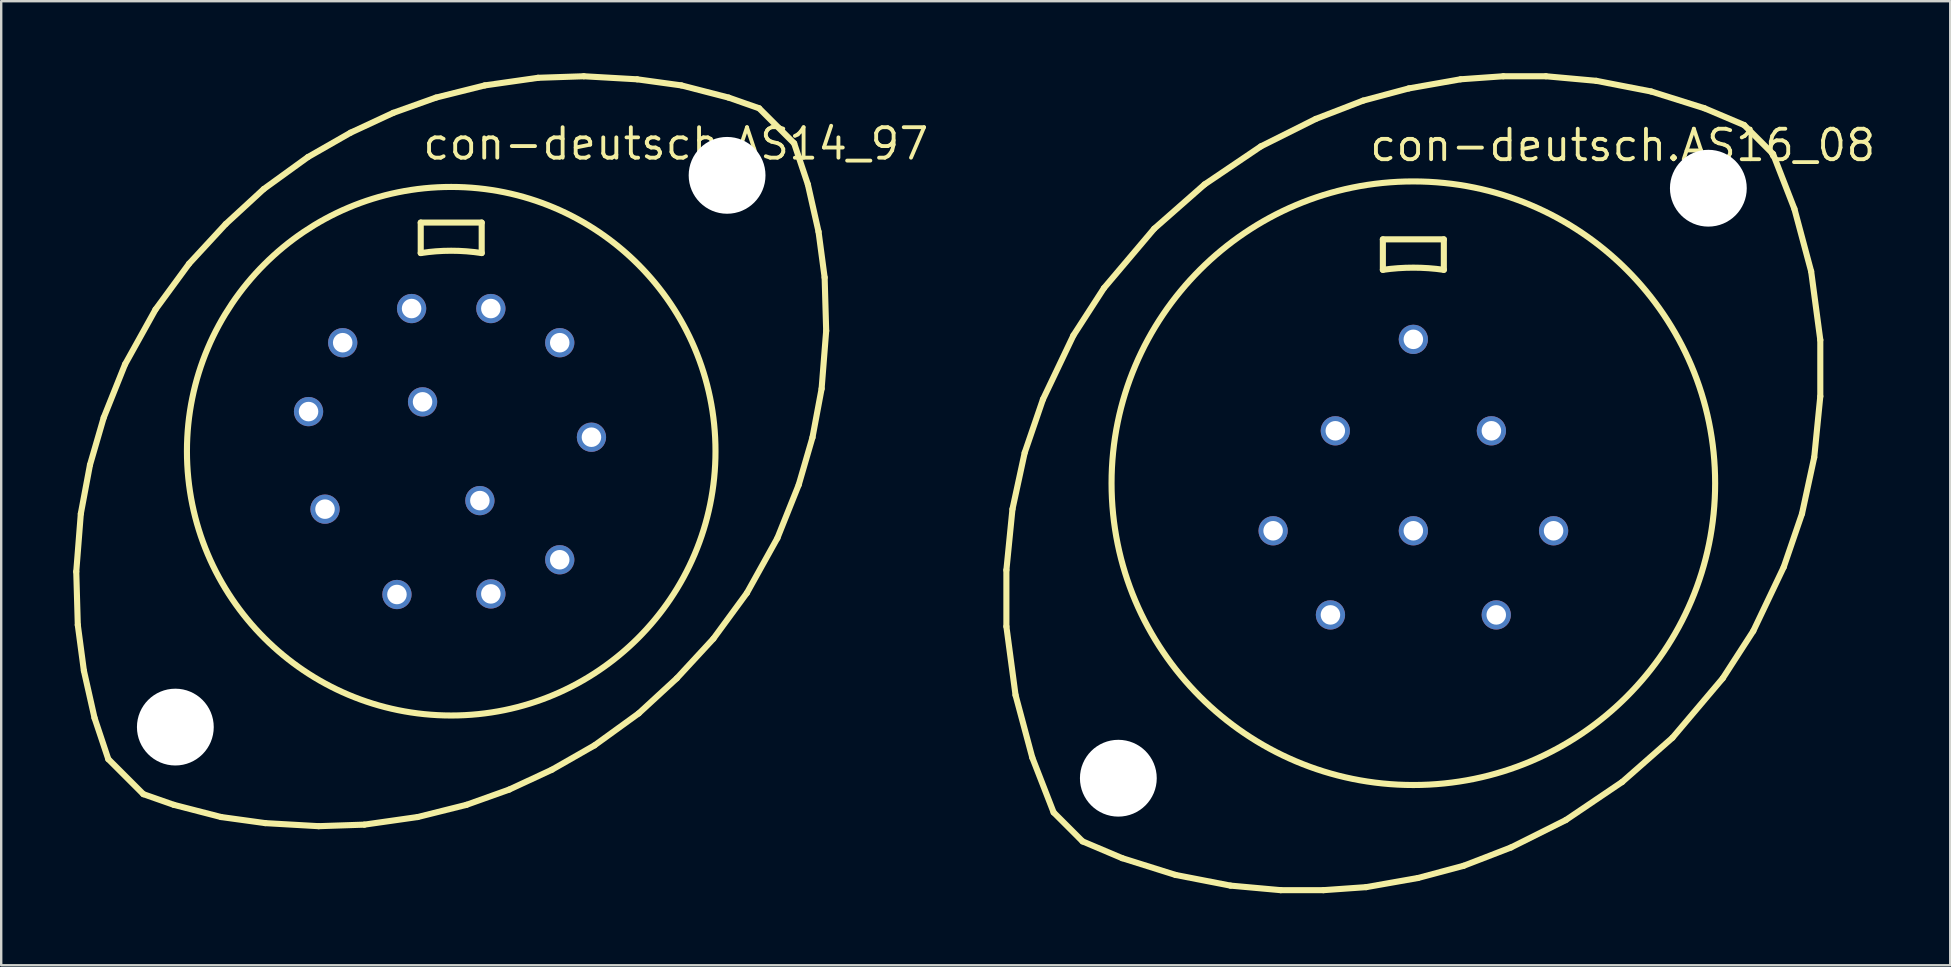
<source format=kicad_pcb>
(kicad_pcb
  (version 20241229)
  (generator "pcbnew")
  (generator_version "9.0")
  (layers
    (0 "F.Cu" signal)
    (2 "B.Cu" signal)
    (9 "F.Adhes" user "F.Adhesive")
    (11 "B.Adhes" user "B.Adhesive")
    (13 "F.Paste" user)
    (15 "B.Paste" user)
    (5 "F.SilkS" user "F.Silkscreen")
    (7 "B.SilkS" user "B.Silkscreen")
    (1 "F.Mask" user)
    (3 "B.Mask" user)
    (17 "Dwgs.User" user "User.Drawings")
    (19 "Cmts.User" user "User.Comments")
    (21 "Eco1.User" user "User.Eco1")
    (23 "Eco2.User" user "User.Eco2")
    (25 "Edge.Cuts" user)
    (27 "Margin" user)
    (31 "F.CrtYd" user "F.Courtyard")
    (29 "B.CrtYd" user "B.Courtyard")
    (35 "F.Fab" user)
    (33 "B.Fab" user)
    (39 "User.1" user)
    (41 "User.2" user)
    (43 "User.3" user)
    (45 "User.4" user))
  (footprint "con-deutsch.AS16_08"
    (layer "F.Cu")
    (at 55.831 17.081)
    (property "Reference" "con-deutsch.AS16_08" (at -1.905 -13.335 0) (layer "F.SilkS") (effects (font (size 1.27 1.27) (thickness 0.16)) (justify left bottom)))
    (attr through_hole)
    (fp_line (start -16.954 3.619) (end -16.701 1.079) (stroke (width 0.254) (type default)) (layer "F.SilkS"))
    (fp_line (start -16.954 5.969) (end -16.954 3.619) (stroke (width 0.254) (type default)) (layer "F.SilkS"))
    (fp_line (start -16.701 1.079) (end -16.192 -1.27) (stroke (width 0.254) (type default)) (layer "F.SilkS"))
    (fp_line (start -16.573 8.826) (end -16.954 5.969) (stroke (width 0.254) (type default)) (layer "F.SilkS"))
    (fp_line (start -16.192 -1.27) (end -15.431 -3.493) (stroke (width 0.254) (type default)) (layer "F.SilkS"))
    (fp_line (start -15.875 11.43) (end -16.573 8.826) (stroke (width 0.254) (type default)) (layer "F.SilkS"))
    (fp_line (start -15.431 -3.493) (end -14.161 -6.16) (stroke (width 0.254) (type default)) (layer "F.SilkS"))
    (fp_line (start -14.986 13.716) (end -15.875 11.43) (stroke (width 0.254) (type default)) (layer "F.SilkS"))
    (fp_line (start -14.986 13.716) (end -13.78 14.922) (stroke (width 0.254) (type default)) (layer "F.SilkS"))
    (fp_line (start -14.161 -6.16) (end -12.89 -8.128) (stroke (width 0.254) (type default)) (layer "F.SilkS"))
    (fp_line (start -12.89 -8.128) (end -10.795 -10.604) (stroke (width 0.254) (type default)) (layer "F.SilkS"))
    (fp_line (start -12.129 15.621) (end -13.78 14.922) (stroke (width 0.254) (type default)) (layer "F.SilkS"))
    (fp_line (start -10.795 -10.604) (end -8.7 -12.446) (stroke (width 0.254) (type default)) (layer "F.SilkS"))
    (fp_line (start -9.906 16.32) (end -12.129 15.621) (stroke (width 0.254) (type default)) (layer "F.SilkS"))
    (fp_line (start -8.7 -12.446) (end -6.35 -14.034) (stroke (width 0.254) (type default)) (layer "F.SilkS"))
    (fp_line (start -7.62 16.764) (end -9.906 16.32) (stroke (width 0.254) (type default)) (layer "F.SilkS"))
    (fp_line (start -6.35 -14.034) (end -4.064 -15.177) (stroke (width 0.254) (type default)) (layer "F.SilkS"))
    (fp_line (start -5.524 16.954) (end -7.62 16.764) (stroke (width 0.254) (type default)) (layer "F.SilkS"))
    (fp_line (start -4.064 -15.177) (end -2.095 -15.938) (stroke (width 0.254) (type default)) (layer "F.SilkS"))
    (fp_line (start -3.747 16.954) (end -5.524 16.954) (stroke (width 0.254) (type default)) (layer "F.SilkS"))
    (fp_line (start -2.095 -15.938) (end -0.191 -16.447) (stroke (width 0.254) (type default)) (layer "F.SilkS"))
    (fp_line (start -1.968 16.828) (end -3.747 16.954) (stroke (width 0.254) (type default)) (layer "F.SilkS"))
    (fp_line (start -1.27 -10.16) (end 1.27 -10.16) (stroke (width 0.254) (type default)) (layer "F.SilkS"))
    (fp_line (start -1.27 -8.89) (end -1.27 -10.16) (stroke (width 0.254) (type default)) (layer "F.SilkS"))
    (fp_line (start -0.191 -16.447) (end 1.968 -16.828) (stroke (width 0.254) (type default)) (layer "F.SilkS"))
    (fp_line (start 0.191 16.447) (end -1.968 16.828) (stroke (width 0.254) (type default)) (layer "F.SilkS"))
    (fp_line (start 1.27 -10.16) (end 1.27 -8.89) (stroke (width 0.254) (type default)) (layer "F.SilkS"))
    (fp_line (start 1.968 -16.828) (end 3.747 -16.954) (stroke (width 0.254) (type default)) (layer "F.SilkS"))
    (fp_line (start 2.095 15.938) (end 0.191 16.447) (stroke (width 0.254) (type default)) (layer "F.SilkS"))
    (fp_line (start 3.747 -16.954) (end 5.524 -16.954) (stroke (width 0.254) (type default)) (layer "F.SilkS"))
    (fp_line (start 4.064 15.177) (end 2.095 15.938) (stroke (width 0.254) (type default)) (layer "F.SilkS"))
    (fp_line (start 5.524 -16.954) (end 7.62 -16.764) (stroke (width 0.254) (type default)) (layer "F.SilkS"))
    (fp_line (start 6.35 14.034) (end 4.064 15.177) (stroke (width 0.254) (type default)) (layer "F.SilkS"))
    (fp_line (start 7.62 -16.764) (end 9.906 -16.32) (stroke (width 0.254) (type default)) (layer "F.SilkS"))
    (fp_line (start 8.7 12.446) (end 6.35 14.034) (stroke (width 0.254) (type default)) (layer "F.SilkS"))
    (fp_line (start 9.906 -16.32) (end 12.129 -15.621) (stroke (width 0.254) (type default)) (layer "F.SilkS"))
    (fp_line (start 10.795 10.604) (end 8.7 12.446) (stroke (width 0.254) (type default)) (layer "F.SilkS"))
    (fp_line (start 12.129 -15.621) (end 13.78 -14.922) (stroke (width 0.254) (type default)) (layer "F.SilkS"))
    (fp_line (start 12.89 8.128) (end 10.795 10.604) (stroke (width 0.254) (type default)) (layer "F.SilkS"))
    (fp_line (start 13.78 -14.922) (end 14.986 -13.716) (stroke (width 0.254) (type default)) (layer "F.SilkS"))
    (fp_line (start 14.161 6.16) (end 12.89 8.128) (stroke (width 0.254) (type default)) (layer "F.SilkS"))
    (fp_line (start 14.986 -13.716) (end 15.875 -11.43) (stroke (width 0.254) (type default)) (layer "F.SilkS"))
    (fp_line (start 15.431 3.493) (end 14.161 6.16) (stroke (width 0.254) (type default)) (layer "F.SilkS"))
    (fp_line (start 15.875 -11.43) (end 16.573 -8.826) (stroke (width 0.254) (type default)) (layer "F.SilkS"))
    (fp_line (start 16.192 1.27) (end 15.431 3.493) (stroke (width 0.254) (type default)) (layer "F.SilkS"))
    (fp_line (start 16.573 -8.826) (end 16.954 -5.969) (stroke (width 0.254) (type default)) (layer "F.SilkS"))
    (fp_line (start 16.701 -1.079) (end 16.192 1.27) (stroke (width 0.254) (type default)) (layer "F.SilkS"))
    (fp_line (start 16.954 -5.969) (end 16.954 -3.619) (stroke (width 0.254) (type default)) (layer "F.SilkS"))
    (fp_line (start 16.954 -3.619) (end 16.701 -1.079) (stroke (width 0.254) (type default)) (layer "F.SilkS"))
    (fp_arc (start -1.27 -8.89) (mid 0 -8.980256) (end 1.27 -8.89) (stroke (width 0.254) (type default)) (layer "F.SilkS"))
    (fp_circle (center 0 0) (end 12.573 0) (stroke (width 0.254) (type default)) (fill no) (layer "F.SilkS"))
    (pad "" np_thru_hole circle (at -12.29 12.29) (size 3.2 3.2) (drill 3.2) (layers "*.Cu" "*.Mask"))
    (pad "" np_thru_hole circle (at 12.29 -12.29) (size 3.2 3.2) (drill 3.2) (layers "*.Cu" "*.Mask"))
    (pad "A" thru_hole circle (at 0 -5.994) (size 1.219 1.219) (drill 0.813) (layers "*.Cu" "*.Mask"))
    (pad "B" thru_hole circle (at 3.251 -2.184) (size 1.219 1.219) (drill 0.813) (layers "*.Cu" "*.Mask"))
    (pad "C" thru_hole circle (at 5.842 1.981) (size 1.219 1.219) (drill 0.813) (layers "*.Cu" "*.Mask"))
    (pad "D" thru_hole circle (at 3.454 5.486) (size 1.219 1.219) (drill 0.813) (layers "*.Cu" "*.Mask"))
    (pad "E" thru_hole circle (at -3.454 5.486) (size 1.219 1.219) (drill 0.813) (layers "*.Cu" "*.Mask"))
    (pad "F" thru_hole circle (at -5.842 1.981) (size 1.219 1.219) (drill 0.813) (layers "*.Cu" "*.Mask"))
    (pad "G" thru_hole circle (at -3.251 -2.184) (size 1.219 1.219) (drill 0.813) (layers "*.Cu" "*.Mask"))
    (pad "H" thru_hole circle (at 0 1.981) (size 1.219 1.219) (drill 0.813) (layers "*.Cu" "*.Mask")))
  (footprint "con-deutsch.AS14_97"
    (layer "F.Cu")
    (at 15.748 15.748)
    (property "Reference" "con-deutsch.AS14_97" (at -1.27 -12.065 0) (layer "F.SilkS") (effects (font (size 1.27 1.27) (thickness 0.16)) (justify left bottom)))
    (attr through_hole)
    (fp_line (start -15.621 5.016) (end -15.431 2.603) (stroke (width 0.254) (type default)) (layer "F.SilkS"))
    (fp_line (start -15.557 7.239) (end -15.621 5.016) (stroke (width 0.254) (type default)) (layer "F.SilkS"))
    (fp_line (start -15.431 2.603) (end -15.05 0.572) (stroke (width 0.254) (type default)) (layer "F.SilkS"))
    (fp_line (start -15.303 9.144) (end -15.557 7.239) (stroke (width 0.254) (type default)) (layer "F.SilkS"))
    (fp_line (start -15.05 0.572) (end -14.478 -1.397) (stroke (width 0.254) (type default)) (layer "F.SilkS"))
    (fp_line (start -14.859 11.113) (end -15.303 9.144) (stroke (width 0.254) (type default)) (layer "F.SilkS"))
    (fp_line (start -14.478 -1.397) (end -13.589 -3.619) (stroke (width 0.254) (type default)) (layer "F.SilkS"))
    (fp_line (start -14.287 12.827) (end -14.859 11.113) (stroke (width 0.254) (type default)) (layer "F.SilkS"))
    (fp_line (start -14.287 12.827) (end -12.827 14.287) (stroke (width 0.254) (type default)) (layer "F.SilkS"))
    (fp_line (start -13.589 -3.619) (end -12.319 -5.905) (stroke (width 0.254) (type default)) (layer "F.SilkS"))
    (fp_line (start -12.319 -5.905) (end -10.922 -7.811) (stroke (width 0.254) (type default)) (layer "F.SilkS"))
    (fp_line (start -11.557 14.732) (end -12.827 14.287) (stroke (width 0.254) (type default)) (layer "F.SilkS"))
    (fp_line (start -10.922 -7.811) (end -9.398 -9.461) (stroke (width 0.254) (type default)) (layer "F.SilkS"))
    (fp_line (start -9.588 15.24) (end -11.557 14.732) (stroke (width 0.254) (type default)) (layer "F.SilkS"))
    (fp_line (start -9.398 -9.461) (end -7.811 -10.922) (stroke (width 0.254) (type default)) (layer "F.SilkS"))
    (fp_line (start -7.811 -10.922) (end -5.969 -12.255) (stroke (width 0.254) (type default)) (layer "F.SilkS"))
    (fp_line (start -7.747 15.494) (end -9.588 15.24) (stroke (width 0.254) (type default)) (layer "F.SilkS"))
    (fp_line (start -5.969 -12.255) (end -4.191 -13.271) (stroke (width 0.254) (type default)) (layer "F.SilkS"))
    (fp_line (start -5.524 15.621) (end -7.747 15.494) (stroke (width 0.254) (type default)) (layer "F.SilkS"))
    (fp_line (start -4.191 -13.271) (end -2.413 -14.097) (stroke (width 0.254) (type default)) (layer "F.SilkS"))
    (fp_line (start -3.619 15.557) (end -5.524 15.621) (stroke (width 0.254) (type default)) (layer "F.SilkS"))
    (fp_line (start -2.413 -14.097) (end -0.635 -14.732) (stroke (width 0.254) (type default)) (layer "F.SilkS"))
    (fp_line (start -1.397 15.24) (end -3.619 15.557) (stroke (width 0.254) (type default)) (layer "F.SilkS"))
    (fp_line (start -1.27 -9.525) (end 1.27 -9.525) (stroke (width 0.254) (type default)) (layer "F.SilkS"))
    (fp_line (start -1.27 -8.255) (end -1.27 -9.525) (stroke (width 0.254) (type default)) (layer "F.SilkS"))
    (fp_line (start -0.635 -14.732) (end 1.397 -15.24) (stroke (width 0.254) (type default)) (layer "F.SilkS"))
    (fp_line (start 0.635 14.732) (end -1.397 15.24) (stroke (width 0.254) (type default)) (layer "F.SilkS"))
    (fp_line (start 1.27 -9.525) (end 1.27 -8.255) (stroke (width 0.254) (type default)) (layer "F.SilkS"))
    (fp_line (start 1.397 -15.24) (end 3.619 -15.557) (stroke (width 0.254) (type default)) (layer "F.SilkS"))
    (fp_line (start 2.413 14.097) (end 0.635 14.732) (stroke (width 0.254) (type default)) (layer "F.SilkS"))
    (fp_line (start 3.619 -15.557) (end 5.524 -15.621) (stroke (width 0.254) (type default)) (layer "F.SilkS"))
    (fp_line (start 4.191 13.271) (end 2.413 14.097) (stroke (width 0.254) (type default)) (layer "F.SilkS"))
    (fp_line (start 5.524 -15.621) (end 7.747 -15.494) (stroke (width 0.254) (type default)) (layer "F.SilkS"))
    (fp_line (start 5.969 12.255) (end 4.191 13.271) (stroke (width 0.254) (type default)) (layer "F.SilkS"))
    (fp_line (start 7.747 -15.494) (end 9.588 -15.24) (stroke (width 0.254) (type default)) (layer "F.SilkS"))
    (fp_line (start 7.811 10.922) (end 5.969 12.255) (stroke (width 0.254) (type default)) (layer "F.SilkS"))
    (fp_line (start 9.398 9.461) (end 7.811 10.922) (stroke (width 0.254) (type default)) (layer "F.SilkS"))
    (fp_line (start 9.588 -15.24) (end 11.557 -14.732) (stroke (width 0.254) (type default)) (layer "F.SilkS"))
    (fp_line (start 10.922 7.811) (end 9.398 9.461) (stroke (width 0.254) (type default)) (layer "F.SilkS"))
    (fp_line (start 11.557 -14.732) (end 12.827 -14.287) (stroke (width 0.254) (type default)) (layer "F.SilkS"))
    (fp_line (start 12.319 5.905) (end 10.922 7.811) (stroke (width 0.254) (type default)) (layer "F.SilkS"))
    (fp_line (start 12.827 -14.287) (end 14.287 -12.827) (stroke (width 0.254) (type default)) (layer "F.SilkS"))
    (fp_line (start 13.589 3.619) (end 12.319 5.905) (stroke (width 0.254) (type default)) (layer "F.SilkS"))
    (fp_line (start 14.287 -12.827) (end 14.859 -11.113) (stroke (width 0.254) (type default)) (layer "F.SilkS"))
    (fp_line (start 14.478 1.397) (end 13.589 3.619) (stroke (width 0.254) (type default)) (layer "F.SilkS"))
    (fp_line (start 14.859 -11.113) (end 15.303 -9.144) (stroke (width 0.254) (type default)) (layer "F.SilkS"))
    (fp_line (start 15.05 -0.572) (end 14.478 1.397) (stroke (width 0.254) (type default)) (layer "F.SilkS"))
    (fp_line (start 15.303 -9.144) (end 15.557 -7.239) (stroke (width 0.254) (type default)) (layer "F.SilkS"))
    (fp_line (start 15.431 -2.603) (end 15.05 -0.572) (stroke (width 0.254) (type default)) (layer "F.SilkS"))
    (fp_line (start 15.557 -7.239) (end 15.621 -5.016) (stroke (width 0.254) (type default)) (layer "F.SilkS"))
    (fp_line (start 15.621 -5.016) (end 15.431 -2.603) (stroke (width 0.254) (type default)) (layer "F.SilkS"))
    (fp_arc (start -1.27 -8.255) (mid 0 -8.352121) (end 1.27 -8.255) (stroke (width 0.254) (type default)) (layer "F.SilkS"))
    (fp_circle (center 0 0) (end 11.01 0) (stroke (width 0.254) (type default)) (fill no) (layer "F.SilkS"))
    (pad "" np_thru_hole circle (at -11.493 11.493) (size 3.2 3.2) (drill 3.2) (layers "*.Cu" "*.Mask"))
    (pad "" np_thru_hole circle (at 11.493 -11.493) (size 3.2 3.2) (drill 3.2) (layers "*.Cu" "*.Mask"))
    (pad "A" thru_hole circle (at 1.651 -5.944) (size 1.219 1.219) (drill 0.813) (layers "*.Cu" "*.Mask"))
    (pad "B" thru_hole circle (at 4.521 -4.521) (size 1.219 1.219) (drill 0.813) (layers "*.Cu" "*.Mask"))
    (pad "C" thru_hole circle (at 5.842 -0.584) (size 1.219 1.219) (drill 0.813) (layers "*.Cu" "*.Mask"))
    (pad "D" thru_hole circle (at 4.521 4.521) (size 1.219 1.219) (drill 0.813) (layers "*.Cu" "*.Mask"))
    (pad "E" thru_hole circle (at 1.651 5.944) (size 1.219 1.219) (drill 0.813) (layers "*.Cu" "*.Mask"))
    (pad "F" thru_hole circle (at -2.261 5.969) (size 1.219 1.219) (drill 0.813) (layers "*.Cu" "*.Mask"))
    (pad "G" thru_hole circle (at -5.258 2.413) (size 1.219 1.219) (drill 0.813) (layers "*.Cu" "*.Mask"))
    (pad "H" thru_hole circle (at -5.944 -1.651) (size 1.219 1.219) (drill 0.813) (layers "*.Cu" "*.Mask"))
    (pad "J" thru_hole circle (at -4.521 -4.521) (size 1.219 1.219) (drill 0.813) (layers "*.Cu" "*.Mask"))
    (pad "K" thru_hole circle (at -1.651 -5.944) (size 1.219 1.219) (drill 0.813) (layers "*.Cu" "*.Mask"))
    (pad "L" thru_hole circle (at -1.194 -2.057) (size 1.219 1.219) (drill 0.813) (layers "*.Cu" "*.Mask"))
    (pad "M" thru_hole circle (at 1.194 2.057) (size 1.219 1.219) (drill 0.813) (layers "*.Cu" "*.Mask")))
  (gr_rect
    (start -3 -3)
    (end 78.198 37.163)
    (stroke (width 0.1) (type default))
    (fill no)
    (layer "Edge.Cuts")))
</source>
